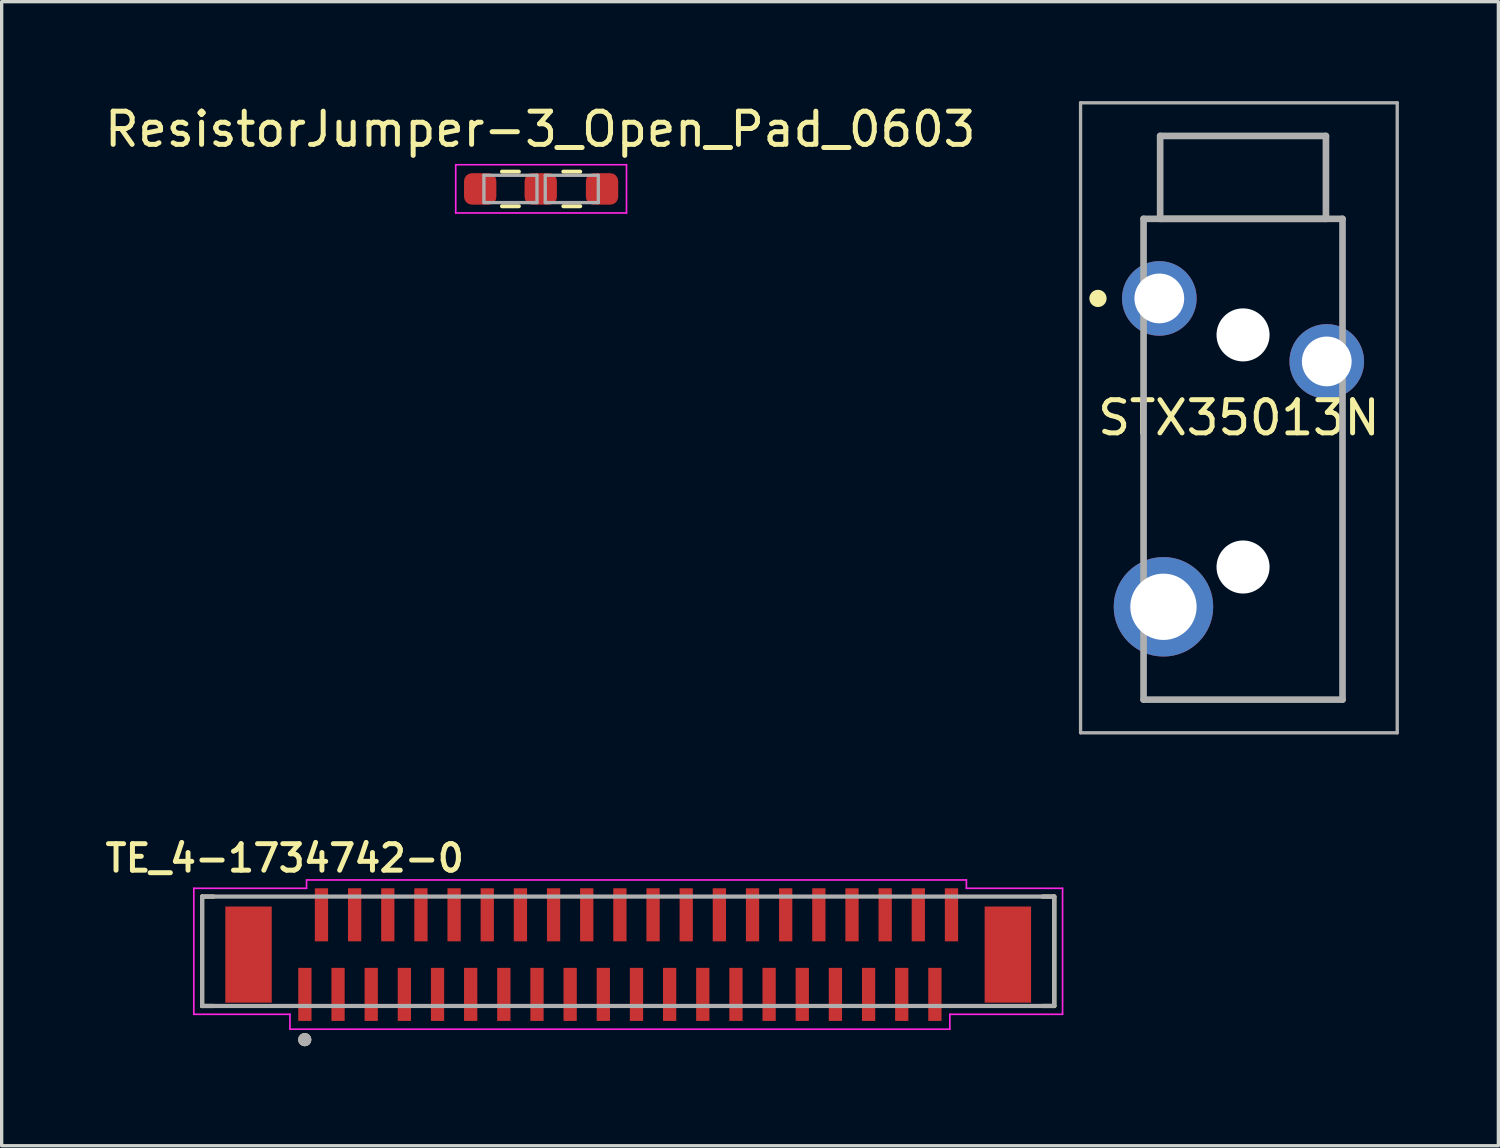
<source format=kicad_pcb>
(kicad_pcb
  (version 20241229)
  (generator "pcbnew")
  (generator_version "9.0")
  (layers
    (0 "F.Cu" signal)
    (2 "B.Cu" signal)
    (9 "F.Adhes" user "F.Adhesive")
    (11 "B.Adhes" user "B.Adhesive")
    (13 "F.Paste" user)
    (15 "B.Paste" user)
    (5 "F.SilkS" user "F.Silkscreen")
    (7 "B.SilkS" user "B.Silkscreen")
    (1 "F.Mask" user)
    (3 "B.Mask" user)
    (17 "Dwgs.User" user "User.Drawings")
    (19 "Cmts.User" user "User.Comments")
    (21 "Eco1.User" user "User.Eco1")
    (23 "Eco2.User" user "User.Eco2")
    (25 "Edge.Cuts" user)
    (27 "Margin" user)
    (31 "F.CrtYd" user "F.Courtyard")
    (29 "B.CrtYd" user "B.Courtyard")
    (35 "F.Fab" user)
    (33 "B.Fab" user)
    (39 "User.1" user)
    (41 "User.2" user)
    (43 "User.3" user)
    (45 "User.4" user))
  (footprint "TE_4-1734742-0"
    (layer "F.Cu")
    (at 15.895 25.739)
    (property "Reference" "TE_4-1734742-0" (at -10.36 -2.908 0) (layer "F.SilkS") (effects (font (size 0.8 0.8) (thickness 0.15))))
    (attr smd)
    (fp_line (start -12.85 -1.75) (end -12.85 1.55) (stroke (width 0.127) (type solid)) (layer "F.SilkS"))
    (fp_line (start -12.85 1.55) (end -12.5 1.55) (stroke (width 0.127) (type solid)) (layer "F.SilkS"))
    (fp_line (start -12.5 -1.75) (end -12.85 -1.75) (stroke (width 0.127) (type solid)) (layer "F.SilkS"))
    (fp_line (start 12.5 -1.75) (end 12.85 -1.75) (stroke (width 0.127) (type solid)) (layer "F.SilkS"))
    (fp_line (start 12.85 -1.75) (end 12.85 1.55) (stroke (width 0.127) (type solid)) (layer "F.SilkS"))
    (fp_line (start 12.85 1.55) (end 12.5 1.55) (stroke (width 0.127) (type solid)) (layer "F.SilkS"))
    (fp_circle (center -9.754 2.565) (end -9.654 2.565) (stroke (width 0.2) (type solid)) (fill no) (layer "F.SilkS"))
    (fp_line (start -13.1 -2) (end -9.7 -2) (stroke (width 0.05) (type solid)) (layer "F.CrtYd"))
    (fp_line (start -13.1 1.8) (end -13.1 -2) (stroke (width 0.05) (type solid)) (layer "F.CrtYd"))
    (fp_line (start -10.2 1.8) (end -13.1 1.8) (stroke (width 0.05) (type solid)) (layer "F.CrtYd"))
    (fp_line (start -10.2 2.25) (end -10.2 1.8) (stroke (width 0.05) (type solid)) (layer "F.CrtYd"))
    (fp_line (start -9.7 -2.25) (end 10.2 -2.25) (stroke (width 0.05) (type solid)) (layer "F.CrtYd"))
    (fp_line (start -9.7 -2) (end -9.7 -2.25) (stroke (width 0.05) (type solid)) (layer "F.CrtYd"))
    (fp_line (start 9.7 1.8) (end 9.7 2.25) (stroke (width 0.05) (type solid)) (layer "F.CrtYd"))
    (fp_line (start 9.7 2.25) (end -10.2 2.25) (stroke (width 0.05) (type solid)) (layer "F.CrtYd"))
    (fp_line (start 10.2 -2.25) (end 10.2 -2) (stroke (width 0.05) (type solid)) (layer "F.CrtYd"))
    (fp_line (start 10.2 -2) (end 13.1 -2) (stroke (width 0.05) (type solid)) (layer "F.CrtYd"))
    (fp_line (start 13.1 -2) (end 13.1 1.8) (stroke (width 0.05) (type solid)) (layer "F.CrtYd"))
    (fp_line (start 13.1 1.8) (end 9.7 1.8) (stroke (width 0.05) (type solid)) (layer "F.CrtYd"))
    (fp_line (start -12.85 -1.75) (end 12.85 -1.75) (stroke (width 0.127) (type solid)) (layer "F.Fab"))
    (fp_line (start -12.85 1.55) (end -12.85 -1.75) (stroke (width 0.127) (type solid)) (layer "F.Fab"))
    (fp_line (start 12.85 -1.75) (end 12.85 1.55) (stroke (width 0.127) (type solid)) (layer "F.Fab"))
    (fp_line (start 12.85 1.55) (end -12.85 1.55) (stroke (width 0.127) (type solid)) (layer "F.Fab"))
    (fp_circle (center -9.754 2.565) (end -9.654 2.565) (stroke (width 0.2) (type solid)) (fill no) (layer "F.Fab"))
    (pad "1" smd rect (at -9.75 1.2) (size 0.4 1.6) (layers "F.Cu" "F.Mask" "F.Paste"))
    (pad "2" smd rect (at -9.25 -1.2) (size 0.4 1.6) (layers "F.Cu" "F.Mask" "F.Paste"))
    (pad "3" smd rect (at -8.75 1.2) (size 0.4 1.6) (layers "F.Cu" "F.Mask" "F.Paste"))
    (pad "4" smd rect (at -8.25 -1.2) (size 0.4 1.6) (layers "F.Cu" "F.Mask" "F.Paste"))
    (pad "5" smd rect (at -7.75 1.2) (size 0.4 1.6) (layers "F.Cu" "F.Mask" "F.Paste"))
    (pad "6" smd rect (at -7.25 -1.2) (size 0.4 1.6) (layers "F.Cu" "F.Mask" "F.Paste"))
    (pad "7" smd rect (at -6.75 1.2) (size 0.4 1.6) (layers "F.Cu" "F.Mask" "F.Paste"))
    (pad "8" smd rect (at -6.25 -1.2) (size 0.4 1.6) (layers "F.Cu" "F.Mask" "F.Paste"))
    (pad "9" smd rect (at -5.75 1.2) (size 0.4 1.6) (layers "F.Cu" "F.Mask" "F.Paste"))
    (pad "10" smd rect (at -5.25 -1.2) (size 0.4 1.6) (layers "F.Cu" "F.Mask" "F.Paste"))
    (pad "11" smd rect (at -4.75 1.2) (size 0.4 1.6) (layers "F.Cu" "F.Mask" "F.Paste"))
    (pad "12" smd rect (at -4.25 -1.2) (size 0.4 1.6) (layers "F.Cu" "F.Mask" "F.Paste"))
    (pad "13" smd rect (at -3.75 1.2) (size 0.4 1.6) (layers "F.Cu" "F.Mask" "F.Paste"))
    (pad "14" smd rect (at -3.25 -1.2) (size 0.4 1.6) (layers "F.Cu" "F.Mask" "F.Paste"))
    (pad "15" smd rect (at -2.75 1.2) (size 0.4 1.6) (layers "F.Cu" "F.Mask" "F.Paste"))
    (pad "16" smd rect (at -2.25 -1.2) (size 0.4 1.6) (layers "F.Cu" "F.Mask" "F.Paste"))
    (pad "17" smd rect (at -1.75 1.2) (size 0.4 1.6) (layers "F.Cu" "F.Mask" "F.Paste"))
    (pad "18" smd rect (at -1.25 -1.2) (size 0.4 1.6) (layers "F.Cu" "F.Mask" "F.Paste"))
    (pad "19" smd rect (at -0.75 1.2) (size 0.4 1.6) (layers "F.Cu" "F.Mask" "F.Paste"))
    (pad "20" smd rect (at -0.25 -1.2) (size 0.4 1.6) (layers "F.Cu" "F.Mask" "F.Paste"))
    (pad "21" smd rect (at 0.25 1.2) (size 0.4 1.6) (layers "F.Cu" "F.Mask" "F.Paste"))
    (pad "22" smd rect (at 0.75 -1.2) (size 0.4 1.6) (layers "F.Cu" "F.Mask" "F.Paste"))
    (pad "23" smd rect (at 1.25 1.2) (size 0.4 1.6) (layers "F.Cu" "F.Mask" "F.Paste"))
    (pad "24" smd rect (at 1.75 -1.2) (size 0.4 1.6) (layers "F.Cu" "F.Mask" "F.Paste"))
    (pad "25" smd rect (at 2.25 1.2) (size 0.4 1.6) (layers "F.Cu" "F.Mask" "F.Paste"))
    (pad "26" smd rect (at 2.75 -1.2) (size 0.4 1.6) (layers "F.Cu" "F.Mask" "F.Paste"))
    (pad "27" smd rect (at 3.25 1.2) (size 0.4 1.6) (layers "F.Cu" "F.Mask" "F.Paste"))
    (pad "28" smd rect (at 3.75 -1.2) (size 0.4 1.6) (layers "F.Cu" "F.Mask" "F.Paste"))
    (pad "29" smd rect (at 4.25 1.2) (size 0.4 1.6) (layers "F.Cu" "F.Mask" "F.Paste"))
    (pad "30" smd rect (at 4.75 -1.2) (size 0.4 1.6) (layers "F.Cu" "F.Mask" "F.Paste"))
    (pad "31" smd rect (at 5.25 1.2) (size 0.4 1.6) (layers "F.Cu" "F.Mask" "F.Paste"))
    (pad "32" smd rect (at 5.75 -1.2) (size 0.4 1.6) (layers "F.Cu" "F.Mask" "F.Paste"))
    (pad "33" smd rect (at 6.25 1.2) (size 0.4 1.6) (layers "F.Cu" "F.Mask" "F.Paste"))
    (pad "34" smd rect (at 6.75 -1.2) (size 0.4 1.6) (layers "F.Cu" "F.Mask" "F.Paste"))
    (pad "35" smd rect (at 7.25 1.2) (size 0.4 1.6) (layers "F.Cu" "F.Mask" "F.Paste"))
    (pad "36" smd rect (at 7.75 -1.2) (size 0.4 1.6) (layers "F.Cu" "F.Mask" "F.Paste"))
    (pad "37" smd rect (at 8.25 1.2) (size 0.4 1.6) (layers "F.Cu" "F.Mask" "F.Paste"))
    (pad "38" smd rect (at 8.75 -1.2) (size 0.4 1.6) (layers "F.Cu" "F.Mask" "F.Paste"))
    (pad "39" smd rect (at 9.25 1.2) (size 0.4 1.6) (layers "F.Cu" "F.Mask" "F.Paste"))
    (pad "40" smd rect (at 9.75 -1.2) (size 0.4 1.6) (layers "F.Cu" "F.Mask" "F.Paste"))
    (pad "S1" smd rect (at -11.45 0) (size 1.4 2.9) (layers "F.Cu" "F.Mask" "F.Paste"))
    (pad "S2" smd rect (at 11.45 0) (size 1.4 2.9) (layers "F.Cu" "F.Mask" "F.Paste")))
  (footprint "ResistorJumper-3_Open_Pad_0603"
    (layer "F.Cu")
    (at 13.244 2.648)
    (property "Reference" "ResistorJumper-3_Open_Pad_0603" (at 0 -1.8 0) (layer "F.SilkS") (effects (font (size 1 1) (thickness 0.15))))
    (attr exclude_from_pos_files exclude_from_bom)
    (fp_line (start -1.155 -0.522) (end -0.645 -0.522) (stroke (width 0.12) (type solid)) (layer "F.SilkS"))
    (fp_line (start -1.155 0.522) (end -0.645 0.522) (stroke (width 0.12) (type solid)) (layer "F.SilkS"))
    (fp_line (start 0.695 -0.522) (end 1.205 -0.522) (stroke (width 0.12) (type solid)) (layer "F.SilkS"))
    (fp_line (start 0.695 0.522) (end 1.205 0.522) (stroke (width 0.12) (type solid)) (layer "F.SilkS"))
    (fp_line (start -2.55 -0.73) (end -2.55 0.725) (stroke (width 0.05) (type solid)) (layer "F.CrtYd"))
    (fp_line (start -2.55 -0.73) (end 2.6 -0.73) (stroke (width 0.05) (type solid)) (layer "F.CrtYd"))
    (fp_line (start -2.55 0.725) (end 2.6 0.725) (stroke (width 0.05) (type solid)) (layer "F.CrtYd"))
    (fp_line (start 2.6 0.725) (end 2.6 -0.73) (stroke (width 0.05) (type solid)) (layer "F.CrtYd"))
    (fp_line (start -1.7 -0.412) (end -0.1 -0.412) (stroke (width 0.1) (type solid)) (layer "F.Fab"))
    (fp_line (start -1.7 0.412) (end -1.7 -0.412) (stroke (width 0.1) (type solid)) (layer "F.Fab"))
    (fp_line (start -0.1 -0.412) (end -0.1 0.412) (stroke (width 0.1) (type solid)) (layer "F.Fab"))
    (fp_line (start -0.1 0.412) (end -1.7 0.412) (stroke (width 0.1) (type solid)) (layer "F.Fab"))
    (fp_line (start 0.15 -0.412) (end 1.75 -0.412) (stroke (width 0.1) (type solid)) (layer "F.Fab"))
    (fp_line (start 0.15 0.412) (end 0.15 -0.412) (stroke (width 0.1) (type solid)) (layer "F.Fab"))
    (fp_line (start 1.75 -0.412) (end 1.75 0.412) (stroke (width 0.1) (type solid)) (layer "F.Fab"))
    (fp_line (start 1.75 0.412) (end 0.15 0.412) (stroke (width 0.1) (type solid)) (layer "F.Fab"))
    (pad "1" smd roundrect (at -1.812 0) (size 0.975 0.95) (layers "F.Cu" "F.Mask" "F.Paste") (roundrect_rratio 0.25))
    (pad "2" smd roundrect (at 0.013 0) (size 0.975 0.95) (layers "F.Cu" "F.Mask" "F.Paste") (roundrect_rratio 0.25))
    (pad "3" smd roundrect (at 1.863 0) (size 0.975 0.95) (layers "F.Cu" "F.Mask" "F.Paste") (roundrect_rratio 0.25)))
  (footprint "STX35013N"
    (layer "F.Cu")
    (at 31.913 5.95)
    (property "Reference" "STX35013N" (at 2.4 3.6 0) (layer "F.SilkS") (effects (font (size 1 1) (thickness 0.15))))
    (attr through_hole)
    (fp_line (start -0.475 -2.4) (end -0.475 -2.4) (stroke (width 0.1) (type solid)) (layer "F.SilkS"))
    (fp_line (start -0.475 -2.4) (end -0.475 -2.4) (stroke (width 0.1) (type solid)) (layer "F.SilkS"))
    (fp_line (start -0.475 -2.4) (end -0.475 -1.4) (stroke (width 0.1) (type solid)) (layer "F.SilkS"))
    (fp_line (start -0.475 -2.4) (end 0 -2.4) (stroke (width 0.1) (type solid)) (layer "F.SilkS"))
    (fp_line (start -0.475 -1.4) (end -0.475 -2.4) (stroke (width 0.1) (type solid)) (layer "F.SilkS"))
    (fp_line (start -0.475 -1.4) (end -0.475 -1.4) (stroke (width 0.1) (type solid)) (layer "F.SilkS"))
    (fp_line (start -0.475 1.6) (end -0.475 1.6) (stroke (width 0.1) (type solid)) (layer "F.SilkS"))
    (fp_line (start -0.475 1.6) (end -0.475 7.35) (stroke (width 0.1) (type solid)) (layer "F.SilkS"))
    (fp_line (start -0.475 7.35) (end -0.475 1.6) (stroke (width 0.1) (type solid)) (layer "F.SilkS"))
    (fp_line (start -0.475 7.35) (end -0.475 7.35) (stroke (width 0.1) (type solid)) (layer "F.SilkS"))
    (fp_line (start -0.475 11.1) (end -0.475 11.1) (stroke (width 0.1) (type solid)) (layer "F.SilkS"))
    (fp_line (start -0.475 11.1) (end -0.475 12.1) (stroke (width 0.1) (type solid)) (layer "F.SilkS"))
    (fp_line (start -0.475 12.1) (end -0.475 11.1) (stroke (width 0.1) (type solid)) (layer "F.SilkS"))
    (fp_line (start -0.475 12.1) (end -0.475 12.1) (stroke (width 0.1) (type solid)) (layer "F.SilkS"))
    (fp_line (start -0.475 12.1) (end -0.475 12.1) (stroke (width 0.1) (type solid)) (layer "F.SilkS"))
    (fp_line (start -0.475 12.1) (end 5.525 12.1) (stroke (width 0.1) (type solid)) (layer "F.SilkS"))
    (fp_line (start 0 -3.8) (end 0 -2.4) (stroke (width 0.1) (type solid)) (layer "F.SilkS"))
    (fp_line (start 0 -2.4) (end -0.475 -2.4) (stroke (width 0.1) (type solid)) (layer "F.SilkS"))
    (fp_line (start 0 -2.4) (end 0 -2.4) (stroke (width 0.1) (type solid)) (layer "F.SilkS"))
    (fp_line (start 0 -2.4) (end 5.025 -2.4) (stroke (width 0.1) (type solid)) (layer "F.SilkS"))
    (fp_line (start 5.025 -2.4) (end 5.025 -3.8) (stroke (width 0.1) (type solid)) (layer "F.SilkS"))
    (fp_line (start 5.05 -2.4) (end 5.05 -2.4) (stroke (width 0.1) (type solid)) (layer "F.SilkS"))
    (fp_line (start 5.05 -2.4) (end 5.525 -2.4) (stroke (width 0.1) (type solid)) (layer "F.SilkS"))
    (fp_line (start 5.525 -2.4) (end 5.05 -2.4) (stroke (width 0.1) (type solid)) (layer "F.SilkS"))
    (fp_line (start 5.525 -2.4) (end 5.525 -2.4) (stroke (width 0.1) (type solid)) (layer "F.SilkS"))
    (fp_line (start 5.525 -2.4) (end 5.525 -2.4) (stroke (width 0.1) (type solid)) (layer "F.SilkS"))
    (fp_line (start 5.525 -2.4) (end 5.525 0.35) (stroke (width 0.1) (type solid)) (layer "F.SilkS"))
    (fp_line (start 5.525 0.35) (end 5.525 -2.4) (stroke (width 0.1) (type solid)) (layer "F.SilkS"))
    (fp_line (start 5.525 0.35) (end 5.525 0.35) (stroke (width 0.1) (type solid)) (layer "F.SilkS"))
    (fp_line (start 5.525 3.35) (end 5.525 3.35) (stroke (width 0.1) (type solid)) (layer "F.SilkS"))
    (fp_line (start 5.525 3.35) (end 5.525 12.1) (stroke (width 0.1) (type solid)) (layer "F.SilkS"))
    (fp_line (start 5.525 12.1) (end -0.475 12.1) (stroke (width 0.1) (type solid)) (layer "F.SilkS"))
    (fp_line (start 5.525 12.1) (end 5.525 3.35) (stroke (width 0.1) (type solid)) (layer "F.SilkS"))
    (fp_line (start 5.525 12.1) (end 5.525 12.1) (stroke (width 0.1) (type solid)) (layer "F.SilkS"))
    (fp_line (start 5.525 12.1) (end 5.525 12.1) (stroke (width 0.1) (type solid)) (layer "F.SilkS"))
    (fp_circle (center -1.85 0) (end -1.75 0) (stroke (width 0.2) (type solid)) (fill no) (layer "F.SilkS"))
    (fp_circle (center -1.85 0) (end -1.65 0) (stroke (width 0.12) (type solid)) (fill no) (layer "F.SilkS"))
    (fp_line (start -2.375 -5.9) (end 7.175 -5.9) (stroke (width 0.1) (type solid)) (layer "F.Fab"))
    (fp_line (start -2.375 13.1) (end -2.375 -5.9) (stroke (width 0.1) (type solid)) (layer "F.Fab"))
    (fp_line (start -0.475 -2.4) (end -0.475 12.1) (stroke (width 0.2) (type solid)) (layer "F.Fab"))
    (fp_line (start -0.475 12.1) (end 5.525 12.1) (stroke (width 0.2) (type solid)) (layer "F.Fab"))
    (fp_line (start 0.025 -4.9) (end 0.025 -2.4) (stroke (width 0.2) (type solid)) (layer "F.Fab"))
    (fp_line (start 0.025 -2.4) (end 5.025 -2.4) (stroke (width 0.2) (type solid)) (layer "F.Fab"))
    (fp_line (start 5.025 -4.9) (end 0.025 -4.9) (stroke (width 0.2) (type solid)) (layer "F.Fab"))
    (fp_line (start 5.025 -2.4) (end 5.025 -4.9) (stroke (width 0.2) (type solid)) (layer "F.Fab"))
    (fp_line (start 5.525 -2.4) (end -0.475 -2.4) (stroke (width 0.2) (type solid)) (layer "F.Fab"))
    (fp_line (start 5.525 12.1) (end 5.525 -2.4) (stroke (width 0.2) (type solid)) (layer "F.Fab"))
    (fp_line (start 7.175 -5.9) (end 7.175 13.1) (stroke (width 0.1) (type solid)) (layer "F.Fab"))
    (fp_line (start 7.175 13.1) (end -2.375 13.1) (stroke (width 0.1) (type solid)) (layer "F.Fab"))
    (pad "" np_thru_hole circle (at 2.525 1.1) (size 1.6 1.6) (drill 1.6) (layers "*.Cu" "*.Mask"))
    (pad "" np_thru_hole circle (at 2.525 8.1) (size 1.6 1.6) (drill 1.6) (layers "*.Cu" "*.Mask"))
    (pad "1" thru_hole circle (at 0 0) (size 2.25 2.25) (drill 1.5) (layers "*.Cu" "*.Mask"))
    (pad "2" thru_hole circle (at 0.125 9.3) (size 3 3) (drill 2) (layers "*.Cu" "*.Mask"))
    (pad "3" thru_hole circle (at 5.05 1.9) (size 2.25 2.25) (drill 1.5) (layers "*.Cu" "*.Mask")))
  (gr_rect
    (start -3 -3)
    (end 42.138 31.504)
    (stroke (width 0.1) (type default))
    (fill no)
    (layer "Edge.Cuts")))
</source>
